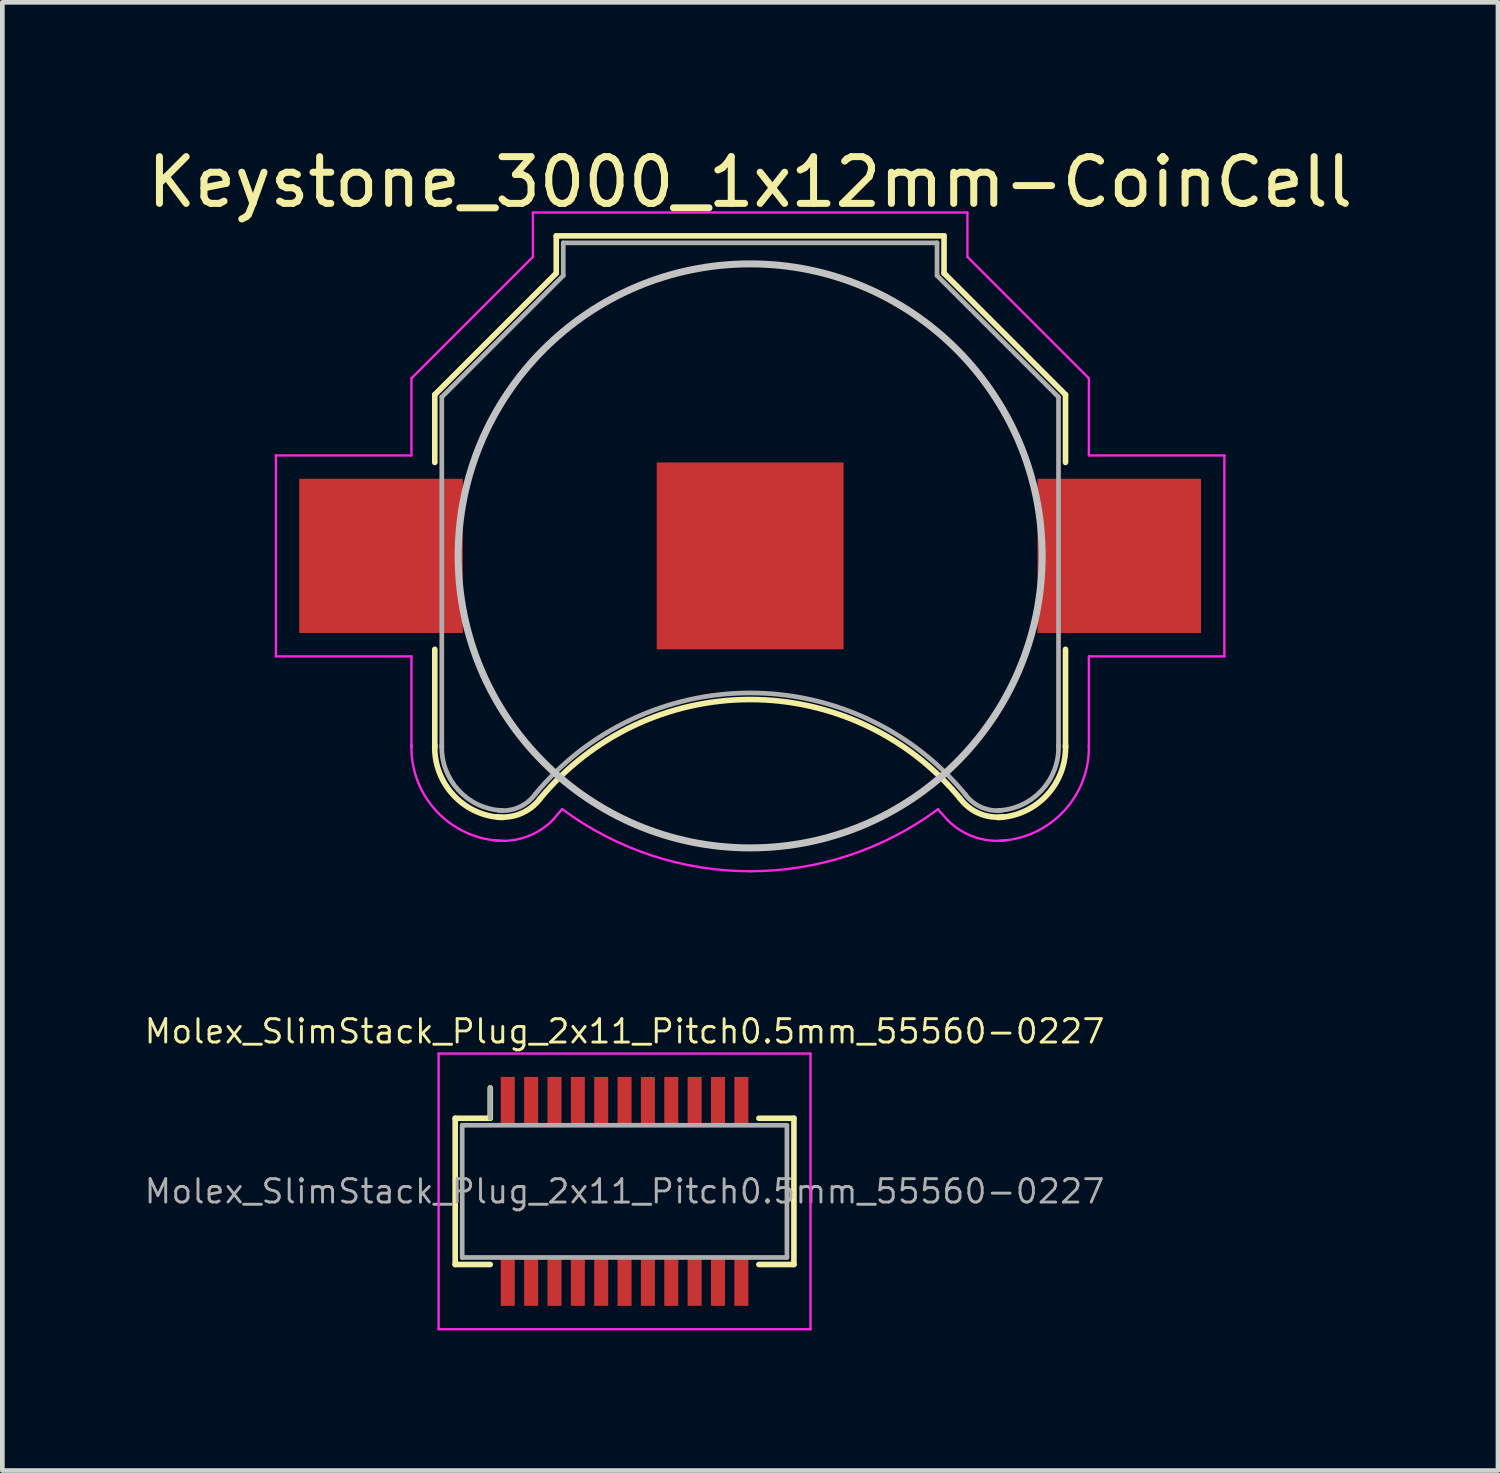
<source format=kicad_pcb>
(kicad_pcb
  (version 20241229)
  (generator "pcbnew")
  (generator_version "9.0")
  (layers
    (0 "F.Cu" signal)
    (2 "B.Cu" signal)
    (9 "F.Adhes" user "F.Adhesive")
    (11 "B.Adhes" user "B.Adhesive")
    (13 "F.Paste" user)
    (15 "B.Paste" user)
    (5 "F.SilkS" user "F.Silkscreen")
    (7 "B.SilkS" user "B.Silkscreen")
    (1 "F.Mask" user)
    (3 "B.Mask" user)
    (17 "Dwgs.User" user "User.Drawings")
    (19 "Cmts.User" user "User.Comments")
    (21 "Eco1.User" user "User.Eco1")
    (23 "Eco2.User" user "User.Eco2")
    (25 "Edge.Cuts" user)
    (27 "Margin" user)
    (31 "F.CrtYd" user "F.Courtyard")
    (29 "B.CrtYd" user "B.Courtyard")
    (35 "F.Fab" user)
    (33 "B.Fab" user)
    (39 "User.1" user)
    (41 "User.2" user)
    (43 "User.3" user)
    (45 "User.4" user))
  (footprint "Keystone_3000_1x12mm-CoinCell"
    (layer "F.Cu")
    (at 13.006 8.848)
    (property "Reference" "Keystone_3000_1x12mm-CoinCell" (at 0 -8 0) (layer "F.SilkS") (effects (font (size 1 1) (thickness 0.15))))
    (attr smd)
    (fp_line (start -6.75 -3.45) (end -4.15 -6.05) (stroke (width 0.12) (type solid)) (layer "F.SilkS"))
    (fp_line (start -6.75 -2) (end -6.75 -3.45) (stroke (width 0.12) (type solid)) (layer "F.SilkS"))
    (fp_line (start -6.75 2) (end -6.75 4.1) (stroke (width 0.12) (type solid)) (layer "F.SilkS"))
    (fp_line (start -4.15 -6.85) (end 4.15 -6.85) (stroke (width 0.12) (type solid)) (layer "F.SilkS"))
    (fp_line (start -4.15 -6.05) (end -4.15 -6.85) (stroke (width 0.12) (type solid)) (layer "F.SilkS"))
    (fp_line (start 4.15 -6.85) (end 4.15 -6.05) (stroke (width 0.12) (type solid)) (layer "F.SilkS"))
    (fp_line (start 4.15 -6.05) (end 6.75 -3.45) (stroke (width 0.12) (type solid)) (layer "F.SilkS"))
    (fp_line (start 6.75 -3.45) (end 6.75 -2) (stroke (width 0.12) (type solid)) (layer "F.SilkS"))
    (fp_line (start 6.75 2) (end 6.75 4.1) (stroke (width 0.12) (type solid)) (layer "F.SilkS"))
    (fp_arc (start -5.3 5.6) (mid -6.346016 5.125305) (end -6.75 4.05) (stroke (width 0.12) (type solid)) (layer "F.SilkS"))
    (fp_arc (start -4.5 5.2) (mid -4.90584 5.514615) (end -5.414615 5.58416) (stroke (width 0.12) (type solid)) (layer "F.SilkS"))
    (fp_arc (start -4.5 5.2) (mid -0.007341 3.0742) (end 4.490661 5.188671) (stroke (width 0.12) (type solid)) (layer "F.SilkS"))
    (fp_arc (start 5.414615 5.58416) (mid 4.90584 5.514615) (end 4.5 5.2) (stroke (width 0.12) (type solid)) (layer "F.SilkS"))
    (fp_arc (start 6.75 4.05) (mid 6.346016 5.125305) (end 5.3 5.6) (stroke (width 0.12) (type solid)) (layer "F.SilkS"))
    (fp_circle (center 0 0) (end 0 6.25) (stroke (width 0.15) (type solid)) (fill no) (layer "Dwgs.User"))
    (fp_line (start -10.15 -2.15) (end -10.15 2.15) (stroke (width 0.05) (type solid)) (layer "F.CrtYd"))
    (fp_line (start -10.15 2.15) (end -7.25 2.15) (stroke (width 0.05) (type solid)) (layer "F.CrtYd"))
    (fp_line (start -7.25 -3.8) (end -4.65 -6.4) (stroke (width 0.05) (type solid)) (layer "F.CrtYd"))
    (fp_line (start -7.25 -2.15) (end -10.15 -2.15) (stroke (width 0.05) (type solid)) (layer "F.CrtYd"))
    (fp_line (start -7.25 -2.15) (end -7.25 -3.8) (stroke (width 0.05) (type solid)) (layer "F.CrtYd"))
    (fp_line (start -7.25 2.15) (end -7.25 4.1) (stroke (width 0.05) (type solid)) (layer "F.CrtYd"))
    (fp_line (start -4.65 -7.35) (end 4.65 -7.35) (stroke (width 0.05) (type solid)) (layer "F.CrtYd"))
    (fp_line (start -4.65 -6.4) (end -4.65 -7.35) (stroke (width 0.05) (type solid)) (layer "F.CrtYd"))
    (fp_line (start 4.65 -6.4) (end 4.65 -7.35) (stroke (width 0.05) (type solid)) (layer "F.CrtYd"))
    (fp_line (start 7.25 -3.8) (end 4.65 -6.4) (stroke (width 0.05) (type solid)) (layer "F.CrtYd"))
    (fp_line (start 7.25 -2.15) (end 7.25 -3.8) (stroke (width 0.05) (type solid)) (layer "F.CrtYd"))
    (fp_line (start 7.25 -2.15) (end 10.15 -2.15) (stroke (width 0.05) (type solid)) (layer "F.CrtYd"))
    (fp_line (start 7.25 2.15) (end 7.25 4.1) (stroke (width 0.05) (type solid)) (layer "F.CrtYd"))
    (fp_line (start 10.15 -2.15) (end 10.15 2.15) (stroke (width 0.05) (type solid)) (layer "F.CrtYd"))
    (fp_line (start 10.15 2.15) (end 7.25 2.15) (stroke (width 0.05) (type solid)) (layer "F.CrtYd"))
    (fp_arc (start -5.3 6.1) (mid -6.699569 5.478858) (end -7.25 4.05) (stroke (width 0.05) (type solid)) (layer "F.CrtYd"))
    (fp_arc (start -4.22 5.65) (mid -4.814553 6.021742) (end -5.513125 6.082436) (stroke (width 0.05) (type solid)) (layer "F.CrtYd"))
    (fp_arc (start -4.22 5.65) (mid -4.123743 5.534157) (end -4.024388 5.42096) (stroke (width 0.05) (type solid)) (layer "F.CrtYd"))
    (fp_arc (start 0 6.75) (mid -2.119449 6.408622) (end -4.024518 5.419018) (stroke (width 0.05) (type solid)) (layer "F.CrtYd"))
    (fp_arc (start 4.024518 5.419018) (mid 2.119449 6.408622) (end 0 6.75) (stroke (width 0.05) (type solid)) (layer "F.CrtYd"))
    (fp_arc (start 4.02471 5.432858) (mid 4.123824 5.540108) (end 4.22 5.65) (stroke (width 0.05) (type solid)) (layer "F.CrtYd"))
    (fp_arc (start 5.513125 6.082436) (mid 4.814553 6.021742) (end 4.22 5.65) (stroke (width 0.05) (type solid)) (layer "F.CrtYd"))
    (fp_arc (start 7.25 4.05) (mid 6.699569 5.478858) (end 5.3 6.1) (stroke (width 0.05) (type solid)) (layer "F.CrtYd"))
    (fp_line (start -6.6 -3.4) (end -6.6 4.1) (stroke (width 0.1) (type solid)) (layer "F.Fab"))
    (fp_line (start -4 -6.7) (end -4 -6) (stroke (width 0.1) (type solid)) (layer "F.Fab"))
    (fp_line (start -4 -6.7) (end 4 -6.7) (stroke (width 0.1) (type solid)) (layer "F.Fab"))
    (fp_line (start -4 -6) (end -6.6 -3.4) (stroke (width 0.1) (type solid)) (layer "F.Fab"))
    (fp_line (start 4 -6.7) (end 4 -6) (stroke (width 0.1) (type solid)) (layer "F.Fab"))
    (fp_line (start 4 -6) (end 6.6 -3.4) (stroke (width 0.1) (type solid)) (layer "F.Fab"))
    (fp_line (start 6.6 -3.4) (end 6.6 4.1) (stroke (width 0.1) (type solid)) (layer "F.Fab"))
    (fp_arc (start -5.3 5.45) (mid -6.239949 5.019239) (end -6.6 4.05) (stroke (width 0.1) (type solid)) (layer "F.Fab"))
    (fp_arc (start -4.6 5.1) (mid -4.942443 5.378013) (end -5.378013 5.447558) (stroke (width 0.1) (type solid)) (layer "F.Fab"))
    (fp_arc (start -4.6 5.1) (mid 0.006214 2.93343) (end 4.607905 5.109589) (stroke (width 0.1) (type solid)) (layer "F.Fab"))
    (fp_arc (start 5.378013 5.447558) (mid 4.942442 5.378013) (end 4.6 5.1) (stroke (width 0.1) (type solid)) (layer "F.Fab"))
    (fp_arc (start 6.6 4.05) (mid 6.239949 5.019239) (end 5.3 5.45) (stroke (width 0.1) (type solid)) (layer "F.Fab"))
    (pad "1" smd rect (at -7.9 0) (size 3.5 3.3) (layers "F.Cu" "F.Mask" "F.Paste"))
    (pad "1" smd rect (at 7.9 0) (size 3.5 3.3) (layers "F.Cu" "F.Mask" "F.Paste"))
    (pad "2" smd rect (at 0 0) (size 4 4) (layers "F.Cu" "F.Mask")))
  (footprint "Molex_SlimStack_Plug_2x11_Pitch0.5mm_55560-0227"
    (layer "F.Cu")
    (at 10.318 22.45)
    (property "Reference" "Molex_SlimStack_Plug_2x11_Pitch0.5mm_55560-0227" (at 0 -3.425 0) (layer "F.SilkS") (effects (font (size 0.5 0.5) (thickness 0.062))))
    (attr smd)
    (fp_line (start -3.625 -1.565) (end -2.875 -1.565) (stroke (width 0.12) (type solid)) (layer "F.SilkS"))
    (fp_line (start -3.625 1.565) (end -3.625 -1.565) (stroke (width 0.12) (type solid)) (layer "F.SilkS"))
    (fp_line (start -2.875 -1.565) (end -2.875 -2.215) (stroke (width 0.12) (type solid)) (layer "F.SilkS"))
    (fp_line (start -2.875 1.565) (end -3.625 1.565) (stroke (width 0.12) (type solid)) (layer "F.SilkS"))
    (fp_line (start 2.875 1.565) (end 3.625 1.565) (stroke (width 0.12) (type solid)) (layer "F.SilkS"))
    (fp_line (start 3.625 -1.565) (end 2.875 -1.565) (stroke (width 0.12) (type solid)) (layer "F.SilkS"))
    (fp_line (start 3.625 1.565) (end 3.625 -1.565) (stroke (width 0.12) (type solid)) (layer "F.SilkS"))
    (fp_line (start -3.98 -2.95) (end -3.98 2.95) (stroke (width 0.05) (type solid)) (layer "F.CrtYd"))
    (fp_line (start -3.98 2.95) (end 3.98 2.95) (stroke (width 0.05) (type solid)) (layer "F.CrtYd"))
    (fp_line (start 3.98 -2.95) (end -3.98 -2.95) (stroke (width 0.05) (type solid)) (layer "F.CrtYd"))
    (fp_line (start 3.98 2.95) (end 3.98 -2.95) (stroke (width 0.05) (type solid)) (layer "F.CrtYd"))
    (fp_line (start -3.475 -1.415) (end -3.475 1.415) (stroke (width 0.1) (type solid)) (layer "F.Fab"))
    (fp_line (start -3.475 1.415) (end 3.475 1.415) (stroke (width 0.1) (type solid)) (layer "F.Fab"))
    (fp_line (start -2.875 -1.565) (end -2.875 -2.215) (stroke (width 0.1) (type solid)) (layer "F.Fab"))
    (fp_line (start 3.475 -1.415) (end -3.475 -1.415) (stroke (width 0.1) (type solid)) (layer "F.Fab"))
    (fp_line (start 3.475 1.415) (end 3.475 -1.415) (stroke (width 0.1) (type solid)) (layer "F.Fab"))
    (fp_text user "${REFERENCE}" (at 0 0 0) (layer "F.Fab") (effects (font (size 0.5 0.5) (thickness 0.062))))
    (pad "1" smd rect (at -2.5 -1.95) (size 0.3 1) (layers "F.Cu" "F.Mask" "F.Paste"))
    (pad "2" smd rect (at -2.5 1.95) (size 0.3 1) (layers "F.Cu" "F.Mask" "F.Paste"))
    (pad "3" smd rect (at -2 -1.95) (size 0.3 1) (layers "F.Cu" "F.Mask" "F.Paste"))
    (pad "4" smd rect (at -2 1.95) (size 0.3 1) (layers "F.Cu" "F.Mask" "F.Paste"))
    (pad "5" smd rect (at -1.5 -1.95) (size 0.3 1) (layers "F.Cu" "F.Mask" "F.Paste"))
    (pad "6" smd rect (at -1.5 1.95) (size 0.3 1) (layers "F.Cu" "F.Mask" "F.Paste"))
    (pad "7" smd rect (at -1 -1.95) (size 0.3 1) (layers "F.Cu" "F.Mask" "F.Paste"))
    (pad "8" smd rect (at -1 1.95) (size 0.3 1) (layers "F.Cu" "F.Mask" "F.Paste"))
    (pad "9" smd rect (at -0.5 -1.95) (size 0.3 1) (layers "F.Cu" "F.Mask" "F.Paste"))
    (pad "10" smd rect (at -0.5 1.95) (size 0.3 1) (layers "F.Cu" "F.Mask" "F.Paste"))
    (pad "11" smd rect (at 0 -1.95) (size 0.3 1) (layers "F.Cu" "F.Mask" "F.Paste"))
    (pad "12" smd rect (at 0 1.95) (size 0.3 1) (layers "F.Cu" "F.Mask" "F.Paste"))
    (pad "13" smd rect (at 0.5 -1.95) (size 0.3 1) (layers "F.Cu" "F.Mask" "F.Paste"))
    (pad "14" smd rect (at 0.5 1.95) (size 0.3 1) (layers "F.Cu" "F.Mask" "F.Paste"))
    (pad "15" smd rect (at 1 -1.95) (size 0.3 1) (layers "F.Cu" "F.Mask" "F.Paste"))
    (pad "16" smd rect (at 1 1.95) (size 0.3 1) (layers "F.Cu" "F.Mask" "F.Paste"))
    (pad "17" smd rect (at 1.5 -1.95) (size 0.3 1) (layers "F.Cu" "F.Mask" "F.Paste"))
    (pad "18" smd rect (at 1.5 1.95) (size 0.3 1) (layers "F.Cu" "F.Mask" "F.Paste"))
    (pad "19" smd rect (at 2 -1.95) (size 0.3 1) (layers "F.Cu" "F.Mask" "F.Paste"))
    (pad "20" smd rect (at 2 1.95) (size 0.3 1) (layers "F.Cu" "F.Mask" "F.Paste"))
    (pad "21" smd rect (at 2.5 -1.95) (size 0.3 1) (layers "F.Cu" "F.Mask" "F.Paste"))
    (pad "22" smd rect (at 2.5 1.95) (size 0.3 1) (layers "F.Cu" "F.Mask" "F.Paste")))
  (gr_rect
    (start -3 -3)
    (end 29.012 28.425)
    (stroke (width 0.1) (type default))
    (fill no)
    (layer "Edge.Cuts")))
</source>
